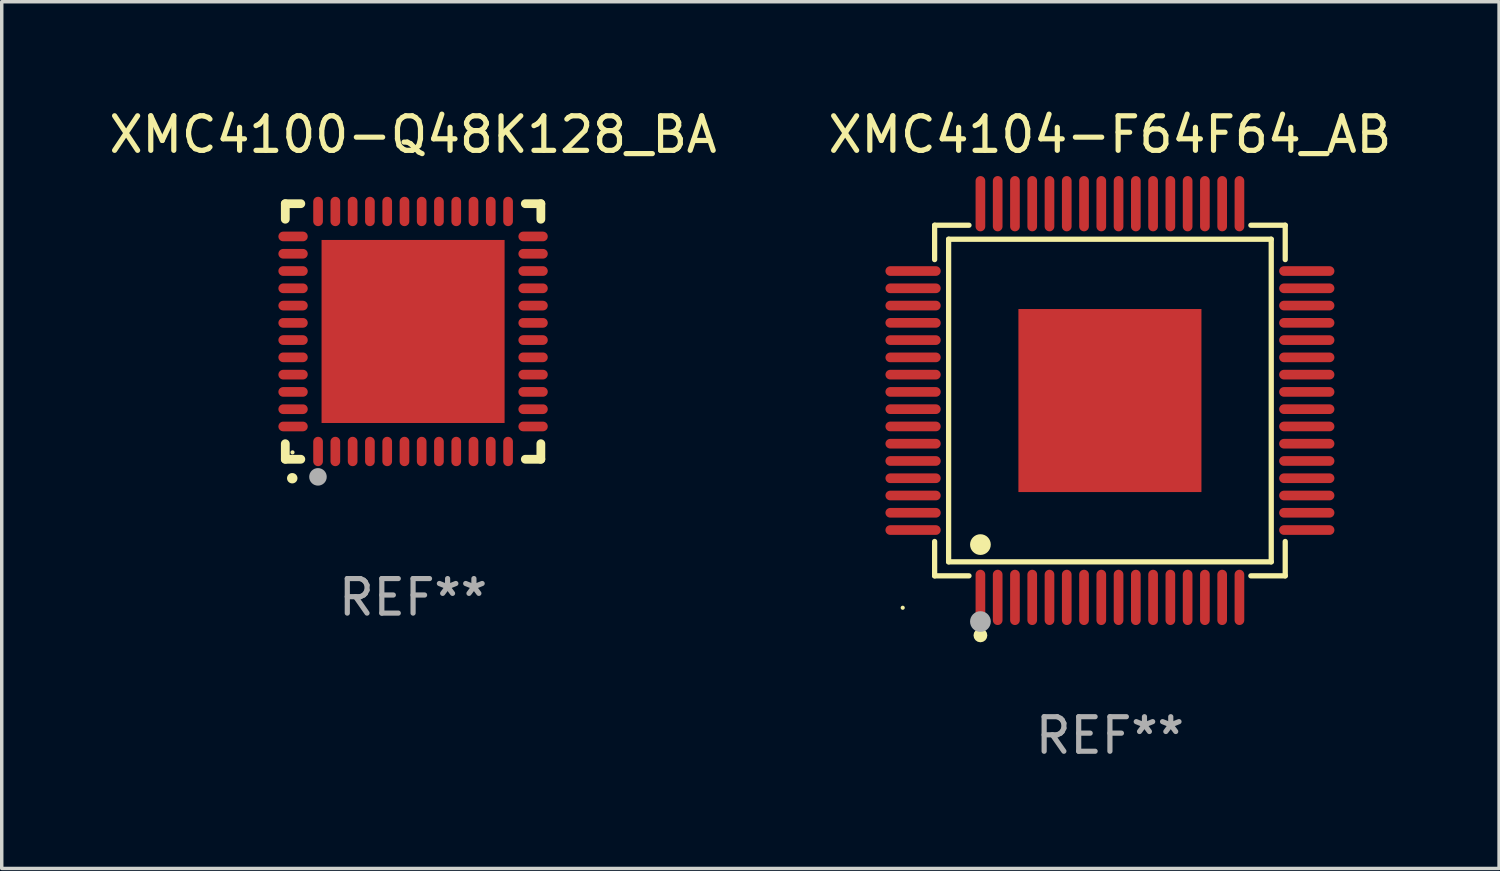
<source format=kicad_pcb>
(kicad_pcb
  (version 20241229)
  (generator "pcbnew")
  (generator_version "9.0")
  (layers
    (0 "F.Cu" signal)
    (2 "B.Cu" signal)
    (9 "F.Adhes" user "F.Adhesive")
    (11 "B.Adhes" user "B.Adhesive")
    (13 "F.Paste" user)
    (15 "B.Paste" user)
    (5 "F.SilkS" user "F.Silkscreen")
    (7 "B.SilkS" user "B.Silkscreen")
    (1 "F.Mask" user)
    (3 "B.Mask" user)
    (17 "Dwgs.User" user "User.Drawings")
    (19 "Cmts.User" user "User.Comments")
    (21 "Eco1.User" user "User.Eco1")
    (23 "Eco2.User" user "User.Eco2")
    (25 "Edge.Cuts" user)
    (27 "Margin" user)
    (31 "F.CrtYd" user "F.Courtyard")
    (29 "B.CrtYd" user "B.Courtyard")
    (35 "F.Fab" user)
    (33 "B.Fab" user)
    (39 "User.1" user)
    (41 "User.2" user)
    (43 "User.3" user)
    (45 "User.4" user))
  (footprint "XMC4100-Q48K128_BA"
    (layer "F.Cu")
    (at 8.911 6.548)
    (property "Reference" "XMC4100-Q48K128_BA" (at 0 -5.7 0) (layer "F.SilkS") (effects (font (size 1 1) (thickness 0.15))))
    (attr through_hole)
    (fp_line (start -3.7 -3.7) (end -3.25 -3.7) (stroke (width 0.254) (type solid)) (layer "F.SilkS"))
    (fp_line (start -3.7 -3.25) (end -3.7 -3.7) (stroke (width 0.254) (type solid)) (layer "F.SilkS"))
    (fp_line (start -3.7 3.7) (end -3.7 3.25) (stroke (width 0.254) (type solid)) (layer "F.SilkS"))
    (fp_line (start -3.25 3.7) (end -3.7 3.7) (stroke (width 0.254) (type solid)) (layer "F.SilkS"))
    (fp_line (start 3.25 3.7) (end 3.7 3.7) (stroke (width 0.254) (type solid)) (layer "F.SilkS"))
    (fp_line (start 3.7 -3.7) (end 3.25 -3.7) (stroke (width 0.254) (type solid)) (layer "F.SilkS"))
    (fp_line (start 3.7 -3.25) (end 3.7 -3.7) (stroke (width 0.254) (type solid)) (layer "F.SilkS"))
    (fp_line (start 3.7 3.7) (end 3.7 3.25) (stroke (width 0.254) (type solid)) (layer "F.SilkS"))
    (fp_arc (start -3.500127 4.249428) (mid -3.498857 4.249423) (end -3.497587 4.249428) (stroke (width 0.3) (type solid)) (layer "F.SilkS"))
    (fp_circle (center -3.491 3.501) (end -3.461 3.501) (stroke (width 0.06) (type solid)) (fill no) (layer "F.SilkS"))
    (fp_circle (center -2.754 4.21) (end -2.627 4.21) (stroke (width 0.254) (type solid)) (fill no) (layer "F.Fab"))
    (fp_text user "REF**" (at 0 7.7 0) (layer "F.Fab") (effects (font (size 1 1) (thickness 0.15))))
    (pad "1" smd oval (at -2.751 3.475) (size 0.28 0.85) (layers "F.Cu" "F.Mask" "F.Paste"))
    (pad "2" smd oval (at -2.251 3.475) (size 0.28 0.85) (layers "F.Cu" "F.Mask" "F.Paste"))
    (pad "3" smd oval (at -1.75 3.475) (size 0.28 0.85) (layers "F.Cu" "F.Mask" "F.Paste"))
    (pad "4" smd oval (at -1.25 3.475) (size 0.28 0.85) (layers "F.Cu" "F.Mask" "F.Paste"))
    (pad "5" smd oval (at -0.749 3.475) (size 0.28 0.85) (layers "F.Cu" "F.Mask" "F.Paste"))
    (pad "6" smd oval (at -0.249 3.475) (size 0.28 0.85) (layers "F.Cu" "F.Mask" "F.Paste"))
    (pad "7" smd oval (at 0.249 3.475) (size 0.28 0.85) (layers "F.Cu" "F.Mask" "F.Paste"))
    (pad "8" smd oval (at 0.749 3.475) (size 0.28 0.85) (layers "F.Cu" "F.Mask" "F.Paste"))
    (pad "9" smd oval (at 1.25 3.475) (size 0.28 0.85) (layers "F.Cu" "F.Mask" "F.Paste"))
    (pad "10" smd oval (at 1.75 3.475) (size 0.28 0.85) (layers "F.Cu" "F.Mask" "F.Paste"))
    (pad "11" smd oval (at 2.25 3.475) (size 0.28 0.85) (layers "F.Cu" "F.Mask" "F.Paste"))
    (pad "12" smd oval (at 2.751 3.475) (size 0.28 0.85) (layers "F.Cu" "F.Mask" "F.Paste"))
    (pad "13" smd oval (at 3.475 2.751) (size 0.85 0.28) (layers "F.Cu" "F.Mask" "F.Paste"))
    (pad "14" smd oval (at 3.475 2.251) (size 0.85 0.28) (layers "F.Cu" "F.Mask" "F.Paste"))
    (pad "15" smd oval (at 3.475 1.75) (size 0.85 0.28) (layers "F.Cu" "F.Mask" "F.Paste"))
    (pad "16" smd oval (at 3.475 1.25) (size 0.85 0.28) (layers "F.Cu" "F.Mask" "F.Paste"))
    (pad "17" smd oval (at 3.475 0.749) (size 0.85 0.28) (layers "F.Cu" "F.Mask" "F.Paste"))
    (pad "18" smd oval (at 3.475 0.249) (size 0.85 0.28) (layers "F.Cu" "F.Mask" "F.Paste"))
    (pad "19" smd oval (at 3.475 -0.249) (size 0.85 0.28) (layers "F.Cu" "F.Mask" "F.Paste"))
    (pad "20" smd oval (at 3.475 -0.749) (size 0.85 0.28) (layers "F.Cu" "F.Mask" "F.Paste"))
    (pad "21" smd oval (at 3.475 -1.25) (size 0.85 0.28) (layers "F.Cu" "F.Mask" "F.Paste"))
    (pad "22" smd oval (at 3.475 -1.75) (size 0.85 0.28) (layers "F.Cu" "F.Mask" "F.Paste"))
    (pad "23" smd oval (at 3.475 -2.25) (size 0.85 0.28) (layers "F.Cu" "F.Mask" "F.Paste"))
    (pad "24" smd oval (at 3.475 -2.751) (size 0.85 0.28) (layers "F.Cu" "F.Mask" "F.Paste"))
    (pad "25" smd oval (at 2.751 -3.475) (size 0.28 0.85) (layers "F.Cu" "F.Mask" "F.Paste"))
    (pad "26" smd oval (at 2.25 -3.475) (size 0.28 0.85) (layers "F.Cu" "F.Mask" "F.Paste"))
    (pad "27" smd oval (at 1.75 -3.475) (size 0.28 0.85) (layers "F.Cu" "F.Mask" "F.Paste"))
    (pad "28" smd oval (at 1.25 -3.475) (size 0.28 0.85) (layers "F.Cu" "F.Mask" "F.Paste"))
    (pad "29" smd oval (at 0.749 -3.475) (size 0.28 0.85) (layers "F.Cu" "F.Mask" "F.Paste"))
    (pad "30" smd oval (at 0.249 -3.475) (size 0.28 0.85) (layers "F.Cu" "F.Mask" "F.Paste"))
    (pad "31" smd oval (at -0.249 -3.475) (size 0.28 0.85) (layers "F.Cu" "F.Mask" "F.Paste"))
    (pad "32" smd oval (at -0.749 -3.475) (size 0.28 0.85) (layers "F.Cu" "F.Mask" "F.Paste"))
    (pad "33" smd oval (at -1.25 -3.475) (size 0.28 0.85) (layers "F.Cu" "F.Mask" "F.Paste"))
    (pad "34" smd oval (at -1.75 -3.475) (size 0.28 0.85) (layers "F.Cu" "F.Mask" "F.Paste"))
    (pad "35" smd oval (at -2.251 -3.475) (size 0.28 0.85) (layers "F.Cu" "F.Mask" "F.Paste"))
    (pad "36" smd oval (at -2.751 -3.475) (size 0.28 0.85) (layers "F.Cu" "F.Mask" "F.Paste"))
    (pad "37" smd oval (at -3.475 -2.751) (size 0.85 0.28) (layers "F.Cu" "F.Mask" "F.Paste"))
    (pad "38" smd oval (at -3.475 -2.25) (size 0.85 0.28) (layers "F.Cu" "F.Mask" "F.Paste"))
    (pad "39" smd oval (at -3.475 -1.75) (size 0.85 0.28) (layers "F.Cu" "F.Mask" "F.Paste"))
    (pad "40" smd oval (at -3.475 -1.25) (size 0.85 0.28) (layers "F.Cu" "F.Mask" "F.Paste"))
    (pad "41" smd oval (at -3.475 -0.749) (size 0.85 0.28) (layers "F.Cu" "F.Mask" "F.Paste"))
    (pad "42" smd oval (at -3.475 -0.249) (size 0.85 0.28) (layers "F.Cu" "F.Mask" "F.Paste"))
    (pad "43" smd oval (at -3.475 0.249) (size 0.85 0.28) (layers "F.Cu" "F.Mask" "F.Paste"))
    (pad "44" smd oval (at -3.475 0.749) (size 0.85 0.28) (layers "F.Cu" "F.Mask" "F.Paste"))
    (pad "45" smd oval (at -3.475 1.25) (size 0.85 0.28) (layers "F.Cu" "F.Mask" "F.Paste"))
    (pad "46" smd oval (at -3.475 1.75) (size 0.85 0.28) (layers "F.Cu" "F.Mask" "F.Paste"))
    (pad "47" smd oval (at -3.475 2.251) (size 0.85 0.28) (layers "F.Cu" "F.Mask" "F.Paste"))
    (pad "48" smd oval (at -3.475 2.751) (size 0.85 0.28) (layers "F.Cu" "F.Mask" "F.Paste"))
    (pad "49" smd rect (at -0.000102 0.000102) (size 5.3 5.3) (layers "F.Cu" "F.Mask" "F.Paste")))
  (footprint "XMC4104-F64F64_AB"
    (layer "F.Cu")
    (at 29.089 8.548)
    (property "Reference" "XMC4104-F64F64_AB" (at 0 -7.7 0) (layer "F.SilkS") (effects (font (size 1 1) (thickness 0.15))))
    (attr through_hole)
    (fp_line (start -5.076 -5.076) (end -4.081 -5.076) (stroke (width 0.152) (type solid)) (layer "F.SilkS"))
    (fp_line (start -5.076 -4.081) (end -5.076 -5.076) (stroke (width 0.152) (type solid)) (layer "F.SilkS"))
    (fp_line (start -5.076 4.081) (end -5.076 5.076) (stroke (width 0.152) (type solid)) (layer "F.SilkS"))
    (fp_line (start -5.076 5.076) (end -4.081 5.076) (stroke (width 0.152) (type solid)) (layer "F.SilkS"))
    (fp_line (start -4.671 -4.671) (end 4.671 -4.671) (stroke (width 0.152) (type solid)) (layer "F.SilkS"))
    (fp_line (start -4.671 4.671) (end -4.671 -4.671) (stroke (width 0.152) (type solid)) (layer "F.SilkS"))
    (fp_line (start 4.671 -4.671) (end 4.671 4.671) (stroke (width 0.152) (type solid)) (layer "F.SilkS"))
    (fp_line (start 4.671 4.671) (end -4.671 4.671) (stroke (width 0.152) (type solid)) (layer "F.SilkS"))
    (fp_line (start 5.076 -5.076) (end 4.081 -5.076) (stroke (width 0.152) (type solid)) (layer "F.SilkS"))
    (fp_line (start 5.076 -4.081) (end 5.076 -5.076) (stroke (width 0.152) (type solid)) (layer "F.SilkS"))
    (fp_line (start 5.076 4.081) (end 5.076 5.076) (stroke (width 0.152) (type solid)) (layer "F.SilkS"))
    (fp_line (start 5.076 5.076) (end 4.081 5.076) (stroke (width 0.152) (type solid)) (layer "F.SilkS"))
    (fp_circle (center -6 6) (end -5.97 6) (stroke (width 0.06) (type solid)) (fill no) (layer "F.SilkS"))
    (fp_circle (center -3.75 4.171) (end -3.6 4.171) (stroke (width 0.3) (type solid)) (fill no) (layer "F.SilkS"))
    (fp_circle (center -3.75 6.8) (end -3.65 6.8) (stroke (width 0.2) (type solid)) (fill no) (layer "F.SilkS"))
    (fp_circle (center -3.75 6.4) (end -3.6 6.4) (stroke (width 0.3) (type solid)) (fill no) (layer "F.Fab"))
    (fp_text user "REF**" (at 0 9.7 0) (layer "F.Fab") (effects (font (size 1 1) (thickness 0.15))))
    (pad "1" smd oval (at -3.75 5.7) (size 0.28 1.6) (layers "F.Cu" "F.Mask" "F.Paste"))
    (pad "2" smd oval (at -3.25 5.7) (size 0.28 1.6) (layers "F.Cu" "F.Mask" "F.Paste"))
    (pad "3" smd oval (at -2.75 5.7) (size 0.28 1.6) (layers "F.Cu" "F.Mask" "F.Paste"))
    (pad "4" smd oval (at -2.25 5.7) (size 0.28 1.6) (layers "F.Cu" "F.Mask" "F.Paste"))
    (pad "5" smd oval (at -1.75 5.7) (size 0.28 1.6) (layers "F.Cu" "F.Mask" "F.Paste"))
    (pad "6" smd oval (at -1.25 5.7) (size 0.28 1.6) (layers "F.Cu" "F.Mask" "F.Paste"))
    (pad "7" smd oval (at -0.75 5.7) (size 0.28 1.6) (layers "F.Cu" "F.Mask" "F.Paste"))
    (pad "8" smd oval (at -0.25 5.7) (size 0.28 1.6) (layers "F.Cu" "F.Mask" "F.Paste"))
    (pad "9" smd oval (at 0.25 5.7) (size 0.28 1.6) (layers "F.Cu" "F.Mask" "F.Paste"))
    (pad "10" smd oval (at 0.75 5.7) (size 0.28 1.6) (layers "F.Cu" "F.Mask" "F.Paste"))
    (pad "11" smd oval (at 1.25 5.7) (size 0.28 1.6) (layers "F.Cu" "F.Mask" "F.Paste"))
    (pad "12" smd oval (at 1.75 5.7) (size 0.28 1.6) (layers "F.Cu" "F.Mask" "F.Paste"))
    (pad "13" smd oval (at 2.25 5.7) (size 0.28 1.6) (layers "F.Cu" "F.Mask" "F.Paste"))
    (pad "14" smd oval (at 2.75 5.7) (size 0.28 1.6) (layers "F.Cu" "F.Mask" "F.Paste"))
    (pad "15" smd oval (at 3.25 5.7) (size 0.28 1.6) (layers "F.Cu" "F.Mask" "F.Paste"))
    (pad "16" smd oval (at 3.75 5.7) (size 0.28 1.6) (layers "F.Cu" "F.Mask" "F.Paste"))
    (pad "17" smd oval (at 5.7 3.75) (size 1.6 0.28) (layers "F.Cu" "F.Mask" "F.Paste"))
    (pad "18" smd oval (at 5.7 3.25) (size 1.6 0.28) (layers "F.Cu" "F.Mask" "F.Paste"))
    (pad "19" smd oval (at 5.7 2.75) (size 1.6 0.28) (layers "F.Cu" "F.Mask" "F.Paste"))
    (pad "20" smd oval (at 5.7 2.25) (size 1.6 0.28) (layers "F.Cu" "F.Mask" "F.Paste"))
    (pad "21" smd oval (at 5.7 1.75) (size 1.6 0.28) (layers "F.Cu" "F.Mask" "F.Paste"))
    (pad "22" smd oval (at 5.7 1.25) (size 1.6 0.28) (layers "F.Cu" "F.Mask" "F.Paste"))
    (pad "23" smd oval (at 5.7 0.75) (size 1.6 0.28) (layers "F.Cu" "F.Mask" "F.Paste"))
    (pad "24" smd oval (at 5.7 0.25) (size 1.6 0.28) (layers "F.Cu" "F.Mask" "F.Paste"))
    (pad "25" smd oval (at 5.7 -0.25) (size 1.6 0.28) (layers "F.Cu" "F.Mask" "F.Paste"))
    (pad "26" smd oval (at 5.7 -0.75) (size 1.6 0.28) (layers "F.Cu" "F.Mask" "F.Paste"))
    (pad "27" smd oval (at 5.7 -1.25) (size 1.6 0.28) (layers "F.Cu" "F.Mask" "F.Paste"))
    (pad "28" smd oval (at 5.7 -1.75) (size 1.6 0.28) (layers "F.Cu" "F.Mask" "F.Paste"))
    (pad "29" smd oval (at 5.7 -2.25) (size 1.6 0.28) (layers "F.Cu" "F.Mask" "F.Paste"))
    (pad "30" smd oval (at 5.7 -2.75) (size 1.6 0.28) (layers "F.Cu" "F.Mask" "F.Paste"))
    (pad "31" smd oval (at 5.7 -3.25) (size 1.6 0.28) (layers "F.Cu" "F.Mask" "F.Paste"))
    (pad "32" smd oval (at 5.7 -3.75) (size 1.6 0.28) (layers "F.Cu" "F.Mask" "F.Paste"))
    (pad "33" smd oval (at 3.75 -5.7) (size 0.28 1.6) (layers "F.Cu" "F.Mask" "F.Paste"))
    (pad "34" smd oval (at 3.25 -5.7) (size 0.28 1.6) (layers "F.Cu" "F.Mask" "F.Paste"))
    (pad "35" smd oval (at 2.75 -5.7) (size 0.28 1.6) (layers "F.Cu" "F.Mask" "F.Paste"))
    (pad "36" smd oval (at 2.25 -5.7) (size 0.28 1.6) (layers "F.Cu" "F.Mask" "F.Paste"))
    (pad "37" smd oval (at 1.75 -5.7) (size 0.28 1.6) (layers "F.Cu" "F.Mask" "F.Paste"))
    (pad "38" smd oval (at 1.25 -5.7) (size 0.28 1.6) (layers "F.Cu" "F.Mask" "F.Paste"))
    (pad "39" smd oval (at 0.75 -5.7) (size 0.28 1.6) (layers "F.Cu" "F.Mask" "F.Paste"))
    (pad "40" smd oval (at 0.25 -5.7) (size 0.28 1.6) (layers "F.Cu" "F.Mask" "F.Paste"))
    (pad "41" smd oval (at -0.25 -5.7) (size 0.28 1.6) (layers "F.Cu" "F.Mask" "F.Paste"))
    (pad "42" smd oval (at -0.75 -5.7) (size 0.28 1.6) (layers "F.Cu" "F.Mask" "F.Paste"))
    (pad "43" smd oval (at -1.25 -5.7) (size 0.28 1.6) (layers "F.Cu" "F.Mask" "F.Paste"))
    (pad "44" smd oval (at -1.75 -5.7) (size 0.28 1.6) (layers "F.Cu" "F.Mask" "F.Paste"))
    (pad "45" smd oval (at -2.25 -5.7) (size 0.28 1.6) (layers "F.Cu" "F.Mask" "F.Paste"))
    (pad "46" smd oval (at -2.75 -5.7) (size 0.28 1.6) (layers "F.Cu" "F.Mask" "F.Paste"))
    (pad "47" smd oval (at -3.25 -5.7) (size 0.28 1.6) (layers "F.Cu" "F.Mask" "F.Paste"))
    (pad "48" smd oval (at -3.75 -5.7) (size 0.28 1.6) (layers "F.Cu" "F.Mask" "F.Paste"))
    (pad "49" smd oval (at -5.7 -3.75) (size 1.6 0.28) (layers "F.Cu" "F.Mask" "F.Paste"))
    (pad "50" smd oval (at -5.7 -3.25) (size 1.6 0.28) (layers "F.Cu" "F.Mask" "F.Paste"))
    (pad "51" smd oval (at -5.7 -2.75) (size 1.6 0.28) (layers "F.Cu" "F.Mask" "F.Paste"))
    (pad "52" smd oval (at -5.7 -2.25) (size 1.6 0.28) (layers "F.Cu" "F.Mask" "F.Paste"))
    (pad "53" smd oval (at -5.7 -1.75) (size 1.6 0.28) (layers "F.Cu" "F.Mask" "F.Paste"))
    (pad "54" smd oval (at -5.7 -1.25) (size 1.6 0.28) (layers "F.Cu" "F.Mask" "F.Paste"))
    (pad "55" smd oval (at -5.7 -0.75) (size 1.6 0.28) (layers "F.Cu" "F.Mask" "F.Paste"))
    (pad "56" smd oval (at -5.7 -0.25) (size 1.6 0.28) (layers "F.Cu" "F.Mask" "F.Paste"))
    (pad "57" smd oval (at -5.7 0.25) (size 1.6 0.28) (layers "F.Cu" "F.Mask" "F.Paste"))
    (pad "58" smd oval (at -5.7 0.75) (size 1.6 0.28) (layers "F.Cu" "F.Mask" "F.Paste"))
    (pad "59" smd oval (at -5.7 1.25) (size 1.6 0.28) (layers "F.Cu" "F.Mask" "F.Paste"))
    (pad "60" smd oval (at -5.7 1.75) (size 1.6 0.28) (layers "F.Cu" "F.Mask" "F.Paste"))
    (pad "61" smd oval (at -5.7 2.25) (size 1.6 0.28) (layers "F.Cu" "F.Mask" "F.Paste"))
    (pad "62" smd oval (at -5.7 2.75) (size 1.6 0.28) (layers "F.Cu" "F.Mask" "F.Paste"))
    (pad "63" smd oval (at -5.7 3.25) (size 1.6 0.28) (layers "F.Cu" "F.Mask" "F.Paste"))
    (pad "64" smd oval (at -5.7 3.75) (size 1.6 0.28) (layers "F.Cu" "F.Mask" "F.Paste"))
    (pad "65" smd rect (at 0 0) (size 5.3 5.3) (layers "F.Cu" "F.Mask" "F.Paste")))
  (gr_rect
    (start -3 -3)
    (end 40.357 22.097)
    (stroke (width 0.1) (type default))
    (fill no)
    (layer "Edge.Cuts")))
</source>
